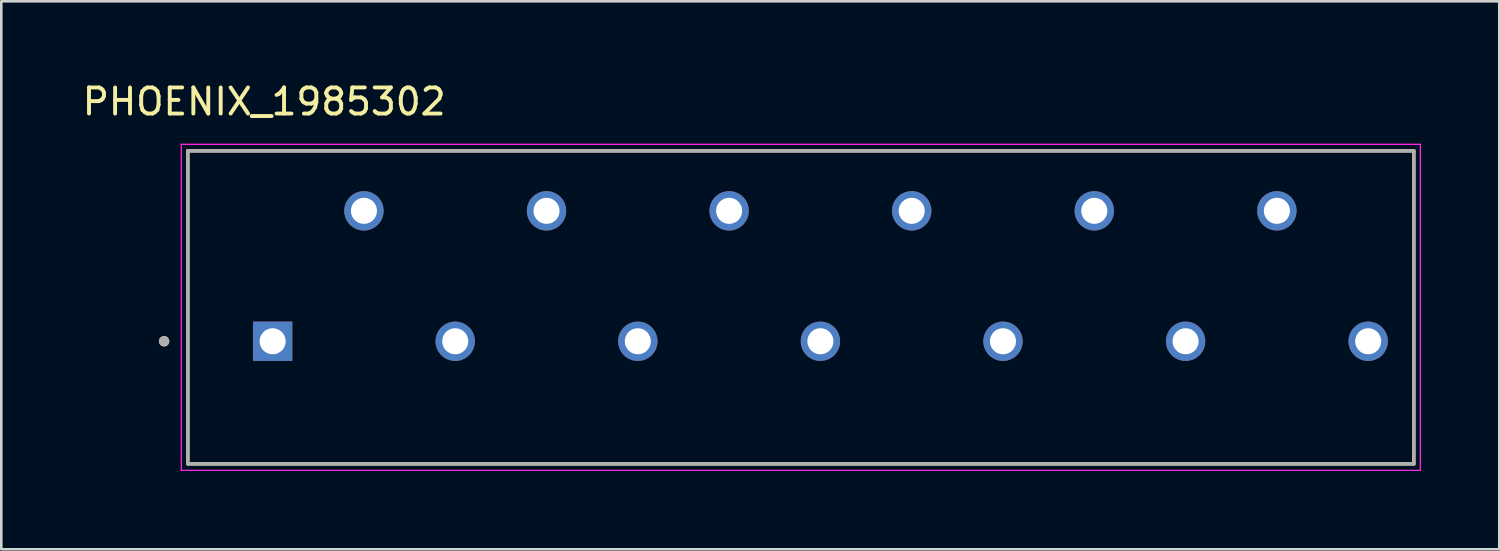
<source format=kicad_pcb>
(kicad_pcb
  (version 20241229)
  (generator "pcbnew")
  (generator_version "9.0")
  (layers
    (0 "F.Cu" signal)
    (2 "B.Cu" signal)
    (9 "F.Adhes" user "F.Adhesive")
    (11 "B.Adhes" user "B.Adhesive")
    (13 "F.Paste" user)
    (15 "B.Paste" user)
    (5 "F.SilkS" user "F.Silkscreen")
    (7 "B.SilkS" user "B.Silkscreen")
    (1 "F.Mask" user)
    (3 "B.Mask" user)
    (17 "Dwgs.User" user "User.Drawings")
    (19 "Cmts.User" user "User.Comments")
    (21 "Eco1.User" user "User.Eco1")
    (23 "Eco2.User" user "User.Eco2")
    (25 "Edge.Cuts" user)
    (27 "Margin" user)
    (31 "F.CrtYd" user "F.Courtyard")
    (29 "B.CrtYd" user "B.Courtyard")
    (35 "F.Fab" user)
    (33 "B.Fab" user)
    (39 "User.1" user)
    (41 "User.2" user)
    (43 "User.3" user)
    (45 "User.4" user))
  (footprint "PHOENIX_1985302"
    (layer "F.Cu")
    (at 4.152 14.733)
    (property "Reference" "PHOENIX_1985302" (at 2.925 -13.885 0) (layer "F.SilkS") (effects (font (size 1 1) (thickness 0.15))))
    (attr through_hole)
    (fp_line (start 0 -12) (end 47 -12) (stroke (width 0.127) (type solid)) (layer "F.SilkS"))
    (fp_line (start 0 0) (end 0 -12) (stroke (width 0.127) (type solid)) (layer "F.SilkS"))
    (fp_line (start 47 -12) (end 47 0) (stroke (width 0.127) (type solid)) (layer "F.SilkS"))
    (fp_line (start 47 0) (end 0 0) (stroke (width 0.127) (type solid)) (layer "F.SilkS"))
    (fp_circle (center -0.91 -4.7) (end -0.81 -4.7) (stroke (width 0.2) (type solid)) (fill no) (layer "F.SilkS"))
    (fp_line (start -0.25 -12.25) (end -0.25 0.25) (stroke (width 0.05) (type solid)) (layer "F.CrtYd"))
    (fp_line (start -0.25 0.25) (end 47.25 0.25) (stroke (width 0.05) (type solid)) (layer "F.CrtYd"))
    (fp_line (start 47.25 -12.25) (end -0.25 -12.25) (stroke (width 0.05) (type solid)) (layer "F.CrtYd"))
    (fp_line (start 47.25 0.25) (end 47.25 -12.25) (stroke (width 0.05) (type solid)) (layer "F.CrtYd"))
    (fp_line (start 0 -12) (end 47 -12) (stroke (width 0.127) (type solid)) (layer "F.Fab"))
    (fp_line (start 0 0) (end 0 -12) (stroke (width 0.127) (type solid)) (layer "F.Fab"))
    (fp_line (start 47 -12) (end 47 0) (stroke (width 0.127) (type solid)) (layer "F.Fab"))
    (fp_line (start 47 0) (end 0 0) (stroke (width 0.127) (type solid)) (layer "F.Fab"))
    (fp_circle (center -0.91 -4.7) (end -0.81 -4.7) (stroke (width 0.2) (type solid)) (fill no) (layer "F.Fab"))
    (pad "1" thru_hole rect (at 3.25 -4.7) (size 1.508 1.508) (drill 1) (layers "*.Cu" "*.Mask"))
    (pad "2" thru_hole circle (at 6.75 -9.7) (size 1.508 1.508) (drill 1) (layers "*.Cu" "*.Mask"))
    (pad "3" thru_hole circle (at 10.25 -4.7) (size 1.508 1.508) (drill 1) (layers "*.Cu" "*.Mask"))
    (pad "4" thru_hole circle (at 13.75 -9.7) (size 1.508 1.508) (drill 1) (layers "*.Cu" "*.Mask"))
    (pad "5" thru_hole circle (at 17.25 -4.7) (size 1.508 1.508) (drill 1) (layers "*.Cu" "*.Mask"))
    (pad "6" thru_hole circle (at 20.75 -9.7) (size 1.508 1.508) (drill 1) (layers "*.Cu" "*.Mask"))
    (pad "7" thru_hole circle (at 24.25 -4.7) (size 1.508 1.508) (drill 1) (layers "*.Cu" "*.Mask"))
    (pad "8" thru_hole circle (at 27.75 -9.7) (size 1.508 1.508) (drill 1) (layers "*.Cu" "*.Mask"))
    (pad "9" thru_hole circle (at 31.25 -4.7) (size 1.508 1.508) (drill 1) (layers "*.Cu" "*.Mask"))
    (pad "10" thru_hole circle (at 34.75 -9.7) (size 1.508 1.508) (drill 1) (layers "*.Cu" "*.Mask"))
    (pad "11" thru_hole circle (at 38.25 -4.7) (size 1.508 1.508) (drill 1) (layers "*.Cu" "*.Mask"))
    (pad "12" thru_hole circle (at 41.75 -9.7) (size 1.508 1.508) (drill 1) (layers "*.Cu" "*.Mask"))
    (pad "13" thru_hole circle (at 45.25 -4.7) (size 1.508 1.508) (drill 1) (layers "*.Cu" "*.Mask")))
  (gr_rect
    (start -3 -3)
    (end 54.427 18.008)
    (stroke (width 0.1) (type default))
    (fill no)
    (layer "Edge.Cuts")))
</source>
